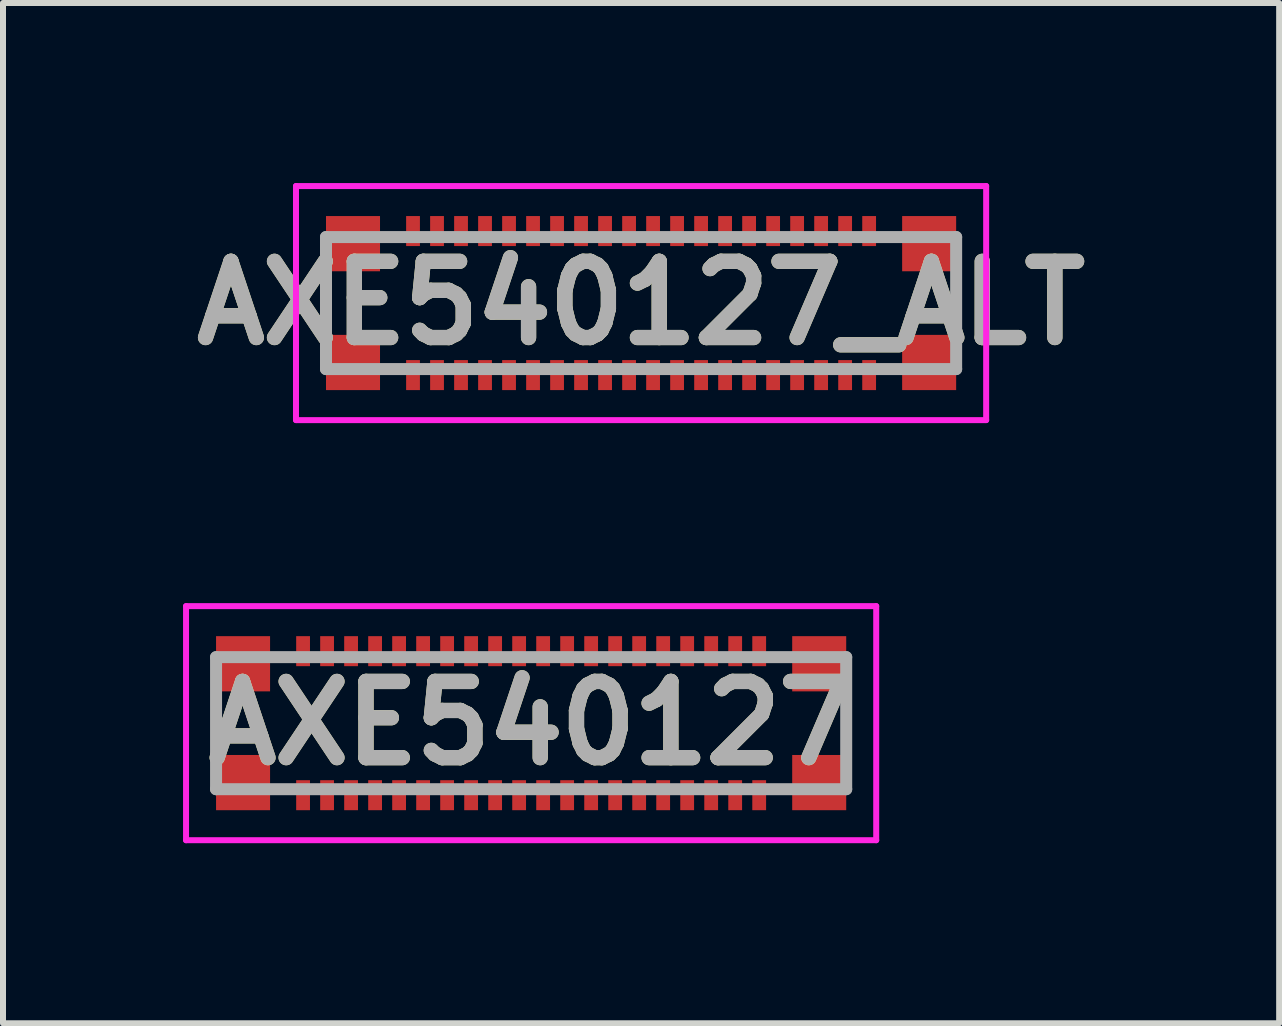
<source format=kicad_pcb>
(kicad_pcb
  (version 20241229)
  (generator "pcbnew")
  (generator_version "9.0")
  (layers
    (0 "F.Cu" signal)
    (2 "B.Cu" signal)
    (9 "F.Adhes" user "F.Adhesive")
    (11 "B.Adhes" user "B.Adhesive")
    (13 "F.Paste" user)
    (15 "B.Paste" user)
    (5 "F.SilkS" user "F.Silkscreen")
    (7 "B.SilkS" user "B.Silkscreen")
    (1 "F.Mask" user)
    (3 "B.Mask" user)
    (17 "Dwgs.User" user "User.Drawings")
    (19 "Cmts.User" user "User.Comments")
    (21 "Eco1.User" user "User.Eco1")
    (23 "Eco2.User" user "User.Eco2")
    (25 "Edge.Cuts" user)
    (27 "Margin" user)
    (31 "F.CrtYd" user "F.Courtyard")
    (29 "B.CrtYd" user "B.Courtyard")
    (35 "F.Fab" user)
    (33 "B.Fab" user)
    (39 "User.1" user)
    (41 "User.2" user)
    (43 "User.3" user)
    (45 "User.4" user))
  (footprint "AXE540127_ALT"
    (layer "F.Cu")
    (at 7.632 2)
    (property "Reference" "AXE540127_ALT" (at 0 0 0) (layer "F.SilkS") (effects (font (size 1.27 1.27) (thickness 0.254))))
    (attr smd)
    (fp_line (start -5.25 -0.4) (end -5.25 0.4) (stroke (width 0.1) (type solid)) (layer "F.SilkS"))
    (fp_line (start 5.25 -0.4) (end 5.25 0.4) (stroke (width 0.1) (type solid)) (layer "F.SilkS"))
    (fp_line (start -5.75 -1.95) (end 5.75 -1.95) (stroke (width 0.1) (type solid)) (layer "F.CrtYd"))
    (fp_line (start -5.75 1.95) (end -5.75 -1.95) (stroke (width 0.1) (type solid)) (layer "F.CrtYd"))
    (fp_line (start 5.75 -1.95) (end 5.75 1.95) (stroke (width 0.1) (type solid)) (layer "F.CrtYd"))
    (fp_line (start 5.75 1.95) (end -5.75 1.95) (stroke (width 0.1) (type solid)) (layer "F.CrtYd"))
    (fp_line (start -5.25 -1.1) (end 5.25 -1.1) (stroke (width 0.2) (type solid)) (layer "F.Fab"))
    (fp_line (start -5.25 1.1) (end -5.25 -1.1) (stroke (width 0.2) (type solid)) (layer "F.Fab"))
    (fp_line (start 5.25 -1.1) (end 5.25 1.1) (stroke (width 0.2) (type solid)) (layer "F.Fab"))
    (fp_line (start 5.25 1.1) (end -5.25 1.1) (stroke (width 0.2) (type solid)) (layer "F.Fab"))
    (fp_text user "${REFERENCE}" (at 0 0 0) (layer "F.Fab") (effects (font (size 1.27 1.27) (thickness 0.254))))
    (pad "1" smd rect (at -3.8 1.2) (size 0.23 0.5) (layers "F.Cu" "F.Mask" "F.Paste"))
    (pad "2" smd rect (at -3.4 1.2) (size 0.23 0.5) (layers "F.Cu" "F.Mask" "F.Paste"))
    (pad "3" smd rect (at -3 1.2) (size 0.23 0.5) (layers "F.Cu" "F.Mask" "F.Paste"))
    (pad "4" smd rect (at -2.6 1.2) (size 0.23 0.5) (layers "F.Cu" "F.Mask" "F.Paste"))
    (pad "5" smd rect (at -2.2 1.2) (size 0.23 0.5) (layers "F.Cu" "F.Mask" "F.Paste"))
    (pad "6" smd rect (at -1.8 1.2) (size 0.23 0.5) (layers "F.Cu" "F.Mask" "F.Paste"))
    (pad "7" smd rect (at -1.4 1.2) (size 0.23 0.5) (layers "F.Cu" "F.Mask" "F.Paste"))
    (pad "8" smd rect (at -1 1.2) (size 0.23 0.5) (layers "F.Cu" "F.Mask" "F.Paste"))
    (pad "9" smd rect (at -0.6 1.2) (size 0.23 0.5) (layers "F.Cu" "F.Mask" "F.Paste"))
    (pad "10" smd rect (at -0.2 1.2) (size 0.23 0.5) (layers "F.Cu" "F.Mask" "F.Paste"))
    (pad "11" smd rect (at 0.2 1.2) (size 0.23 0.5) (layers "F.Cu" "F.Mask" "F.Paste"))
    (pad "12" smd rect (at 0.6 1.2) (size 0.23 0.5) (layers "F.Cu" "F.Mask" "F.Paste"))
    (pad "13" smd rect (at 1 1.2) (size 0.23 0.5) (layers "F.Cu" "F.Mask" "F.Paste"))
    (pad "14" smd rect (at 1.4 1.2) (size 0.23 0.5) (layers "F.Cu" "F.Mask" "F.Paste"))
    (pad "15" smd rect (at 1.8 1.2) (size 0.23 0.5) (layers "F.Cu" "F.Mask" "F.Paste"))
    (pad "16" smd rect (at 2.2 1.2) (size 0.23 0.5) (layers "F.Cu" "F.Mask" "F.Paste"))
    (pad "17" smd rect (at 2.6 1.2) (size 0.23 0.5) (layers "F.Cu" "F.Mask" "F.Paste"))
    (pad "18" smd rect (at 3 1.2) (size 0.23 0.5) (layers "F.Cu" "F.Mask" "F.Paste"))
    (pad "19" smd rect (at 3.4 1.2) (size 0.23 0.5) (layers "F.Cu" "F.Mask" "F.Paste"))
    (pad "20" smd rect (at 3.8 1.2) (size 0.23 0.5) (layers "F.Cu" "F.Mask" "F.Paste"))
    (pad "21" smd rect (at 3.8 -1.2) (size 0.23 0.5) (layers "F.Cu" "F.Mask" "F.Paste"))
    (pad "22" smd rect (at 3.4 -1.2) (size 0.23 0.5) (layers "F.Cu" "F.Mask" "F.Paste"))
    (pad "23" smd rect (at 3 -1.2) (size 0.23 0.5) (layers "F.Cu" "F.Mask" "F.Paste"))
    (pad "24" smd rect (at 2.6 -1.2) (size 0.23 0.5) (layers "F.Cu" "F.Mask" "F.Paste"))
    (pad "25" smd rect (at 2.2 -1.2) (size 0.23 0.5) (layers "F.Cu" "F.Mask" "F.Paste"))
    (pad "26" smd rect (at 1.8 -1.2) (size 0.23 0.5) (layers "F.Cu" "F.Mask" "F.Paste"))
    (pad "27" smd rect (at 1.4 -1.2) (size 0.23 0.5) (layers "F.Cu" "F.Mask" "F.Paste"))
    (pad "28" smd rect (at 1 -1.2) (size 0.23 0.5) (layers "F.Cu" "F.Mask" "F.Paste"))
    (pad "29" smd rect (at 0.6 -1.2) (size 0.23 0.5) (layers "F.Cu" "F.Mask" "F.Paste"))
    (pad "30" smd rect (at 0.2 -1.2) (size 0.23 0.5) (layers "F.Cu" "F.Mask" "F.Paste"))
    (pad "31" smd rect (at -0.2 -1.2) (size 0.23 0.5) (layers "F.Cu" "F.Mask" "F.Paste"))
    (pad "32" smd rect (at -0.6 -1.2) (size 0.23 0.5) (layers "F.Cu" "F.Mask" "F.Paste"))
    (pad "33" smd rect (at -1 -1.2) (size 0.23 0.5) (layers "F.Cu" "F.Mask" "F.Paste"))
    (pad "34" smd rect (at -1.4 -1.2) (size 0.23 0.5) (layers "F.Cu" "F.Mask" "F.Paste"))
    (pad "35" smd rect (at -1.8 -1.2) (size 0.23 0.5) (layers "F.Cu" "F.Mask" "F.Paste"))
    (pad "36" smd rect (at -2.2 -1.2) (size 0.23 0.5) (layers "F.Cu" "F.Mask" "F.Paste"))
    (pad "37" smd rect (at -2.6 -1.2) (size 0.23 0.5) (layers "F.Cu" "F.Mask" "F.Paste"))
    (pad "38" smd rect (at -3 -1.2) (size 0.23 0.5) (layers "F.Cu" "F.Mask" "F.Paste"))
    (pad "39" smd rect (at -3.4 -1.2) (size 0.23 0.5) (layers "F.Cu" "F.Mask" "F.Paste"))
    (pad "40" smd rect (at -3.8 -1.2) (size 0.23 0.5) (layers "F.Cu" "F.Mask" "F.Paste"))
    (pad "41" smd rect (at -4.8 -0.99) (size 0.9 0.92) (layers "F.Cu" "F.Mask" "F.Paste"))
    (pad "42" smd rect (at -4.8 0.99) (size 0.9 0.92) (layers "F.Cu" "F.Mask" "F.Paste"))
    (pad "43" smd rect (at 4.8 0.99) (size 0.9 0.92) (layers "F.Cu" "F.Mask" "F.Paste"))
    (pad "44" smd rect (at 4.8 -0.99) (size 0.9 0.92) (layers "F.Cu" "F.Mask" "F.Paste")))
  (footprint "AXE540127"
    (layer "F.Cu")
    (at 5.8 9)
    (property "Reference" "AXE540127" (at 0 0 0) (layer "F.SilkS") (effects (font (size 1.27 1.27) (thickness 0.254))))
    (attr smd)
    (fp_line (start -5.25 -0.4) (end -5.25 0.4) (stroke (width 0.1) (type solid)) (layer "F.SilkS"))
    (fp_line (start 5.25 -0.4) (end 5.25 0.4) (stroke (width 0.1) (type solid)) (layer "F.SilkS"))
    (fp_line (start -5.75 -1.95) (end 5.75 -1.95) (stroke (width 0.1) (type solid)) (layer "F.CrtYd"))
    (fp_line (start -5.75 1.95) (end -5.75 -1.95) (stroke (width 0.1) (type solid)) (layer "F.CrtYd"))
    (fp_line (start 5.75 -1.95) (end 5.75 1.95) (stroke (width 0.1) (type solid)) (layer "F.CrtYd"))
    (fp_line (start 5.75 1.95) (end -5.75 1.95) (stroke (width 0.1) (type solid)) (layer "F.CrtYd"))
    (fp_line (start -5.25 -1.1) (end 5.25 -1.1) (stroke (width 0.2) (type solid)) (layer "F.Fab"))
    (fp_line (start -5.25 1.1) (end -5.25 -1.1) (stroke (width 0.2) (type solid)) (layer "F.Fab"))
    (fp_line (start 5.25 -1.1) (end 5.25 1.1) (stroke (width 0.2) (type solid)) (layer "F.Fab"))
    (fp_line (start 5.25 1.1) (end -5.25 1.1) (stroke (width 0.2) (type solid)) (layer "F.Fab"))
    (fp_text user "${REFERENCE}" (at 0 0 0) (layer "F.Fab") (effects (font (size 1.27 1.27) (thickness 0.254))))
    (pad "1" smd rect (at -3.8 1.2) (size 0.23 0.5) (layers "F.Cu" "F.Mask" "F.Paste"))
    (pad "2" smd rect (at -3.8 -1.2) (size 0.23 0.5) (layers "F.Cu" "F.Mask" "F.Paste"))
    (pad "3" smd rect (at -3.4 1.2) (size 0.23 0.5) (layers "F.Cu" "F.Mask" "F.Paste"))
    (pad "4" smd rect (at -3.4 -1.2) (size 0.23 0.5) (layers "F.Cu" "F.Mask" "F.Paste"))
    (pad "5" smd rect (at -3 1.2) (size 0.23 0.5) (layers "F.Cu" "F.Mask" "F.Paste"))
    (pad "6" smd rect (at -3 -1.2) (size 0.23 0.5) (layers "F.Cu" "F.Mask" "F.Paste"))
    (pad "7" smd rect (at -2.6 1.2) (size 0.23 0.5) (layers "F.Cu" "F.Mask" "F.Paste"))
    (pad "8" smd rect (at -2.6 -1.2) (size 0.23 0.5) (layers "F.Cu" "F.Mask" "F.Paste"))
    (pad "9" smd rect (at -2.2 1.2) (size 0.23 0.5) (layers "F.Cu" "F.Mask" "F.Paste"))
    (pad "10" smd rect (at -2.2 -1.2) (size 0.23 0.5) (layers "F.Cu" "F.Mask" "F.Paste"))
    (pad "11" smd rect (at -1.8 1.2) (size 0.23 0.5) (layers "F.Cu" "F.Mask" "F.Paste"))
    (pad "12" smd rect (at -1.8 -1.2) (size 0.23 0.5) (layers "F.Cu" "F.Mask" "F.Paste"))
    (pad "13" smd rect (at -1.4 1.2) (size 0.23 0.5) (layers "F.Cu" "F.Mask" "F.Paste"))
    (pad "14" smd rect (at -1.4 -1.2) (size 0.23 0.5) (layers "F.Cu" "F.Mask" "F.Paste"))
    (pad "15" smd rect (at -1 1.2) (size 0.23 0.5) (layers "F.Cu" "F.Mask" "F.Paste"))
    (pad "16" smd rect (at -1 -1.2) (size 0.23 0.5) (layers "F.Cu" "F.Mask" "F.Paste"))
    (pad "17" smd rect (at -0.6 1.2) (size 0.23 0.5) (layers "F.Cu" "F.Mask" "F.Paste"))
    (pad "18" smd rect (at -0.6 -1.2) (size 0.23 0.5) (layers "F.Cu" "F.Mask" "F.Paste"))
    (pad "19" smd rect (at -0.2 1.2) (size 0.23 0.5) (layers "F.Cu" "F.Mask" "F.Paste"))
    (pad "20" smd rect (at -0.2 -1.2) (size 0.23 0.5) (layers "F.Cu" "F.Mask" "F.Paste"))
    (pad "21" smd rect (at 0.2 1.2) (size 0.23 0.5) (layers "F.Cu" "F.Mask" "F.Paste"))
    (pad "22" smd rect (at 0.2 -1.2) (size 0.23 0.5) (layers "F.Cu" "F.Mask" "F.Paste"))
    (pad "23" smd rect (at 0.6 1.2) (size 0.23 0.5) (layers "F.Cu" "F.Mask" "F.Paste"))
    (pad "24" smd rect (at 0.6 -1.2) (size 0.23 0.5) (layers "F.Cu" "F.Mask" "F.Paste"))
    (pad "25" smd rect (at 1 1.2) (size 0.23 0.5) (layers "F.Cu" "F.Mask" "F.Paste"))
    (pad "26" smd rect (at 1 -1.2) (size 0.23 0.5) (layers "F.Cu" "F.Mask" "F.Paste"))
    (pad "27" smd rect (at 1.4 1.2) (size 0.23 0.5) (layers "F.Cu" "F.Mask" "F.Paste"))
    (pad "28" smd rect (at 1.4 -1.2) (size 0.23 0.5) (layers "F.Cu" "F.Mask" "F.Paste"))
    (pad "29" smd rect (at 1.8 1.2) (size 0.23 0.5) (layers "F.Cu" "F.Mask" "F.Paste"))
    (pad "30" smd rect (at 1.8 -1.2) (size 0.23 0.5) (layers "F.Cu" "F.Mask" "F.Paste"))
    (pad "31" smd rect (at 2.2 1.2) (size 0.23 0.5) (layers "F.Cu" "F.Mask" "F.Paste"))
    (pad "32" smd rect (at 2.2 -1.2) (size 0.23 0.5) (layers "F.Cu" "F.Mask" "F.Paste"))
    (pad "33" smd rect (at 2.6 1.2) (size 0.23 0.5) (layers "F.Cu" "F.Mask" "F.Paste"))
    (pad "34" smd rect (at 2.6 -1.2) (size 0.23 0.5) (layers "F.Cu" "F.Mask" "F.Paste"))
    (pad "35" smd rect (at 3 1.2) (size 0.23 0.5) (layers "F.Cu" "F.Mask" "F.Paste"))
    (pad "36" smd rect (at 3 -1.2) (size 0.23 0.5) (layers "F.Cu" "F.Mask" "F.Paste"))
    (pad "37" smd rect (at 3.4 1.2) (size 0.23 0.5) (layers "F.Cu" "F.Mask" "F.Paste"))
    (pad "38" smd rect (at 3.4 -1.2) (size 0.23 0.5) (layers "F.Cu" "F.Mask" "F.Paste"))
    (pad "39" smd rect (at 3.8 1.2) (size 0.23 0.5) (layers "F.Cu" "F.Mask" "F.Paste"))
    (pad "40" smd rect (at 3.8 -1.2) (size 0.23 0.5) (layers "F.Cu" "F.Mask" "F.Paste"))
    (pad "41" smd rect (at -4.8 -0.99) (size 0.9 0.92) (layers "F.Cu" "F.Mask" "F.Paste"))
    (pad "42" smd rect (at -4.8 0.99) (size 0.9 0.92) (layers "F.Cu" "F.Mask" "F.Paste"))
    (pad "43" smd rect (at 4.8 0.99) (size 0.9 0.92) (layers "F.Cu" "F.Mask" "F.Paste"))
    (pad "44" smd rect (at 4.8 -0.99) (size 0.9 0.92) (layers "F.Cu" "F.Mask" "F.Paste")))
  (gr_rect
    (start -3 -3)
    (end 18.264 14)
    (stroke (width 0.1) (type default))
    (fill no)
    (layer "Edge.Cuts")))
</source>
